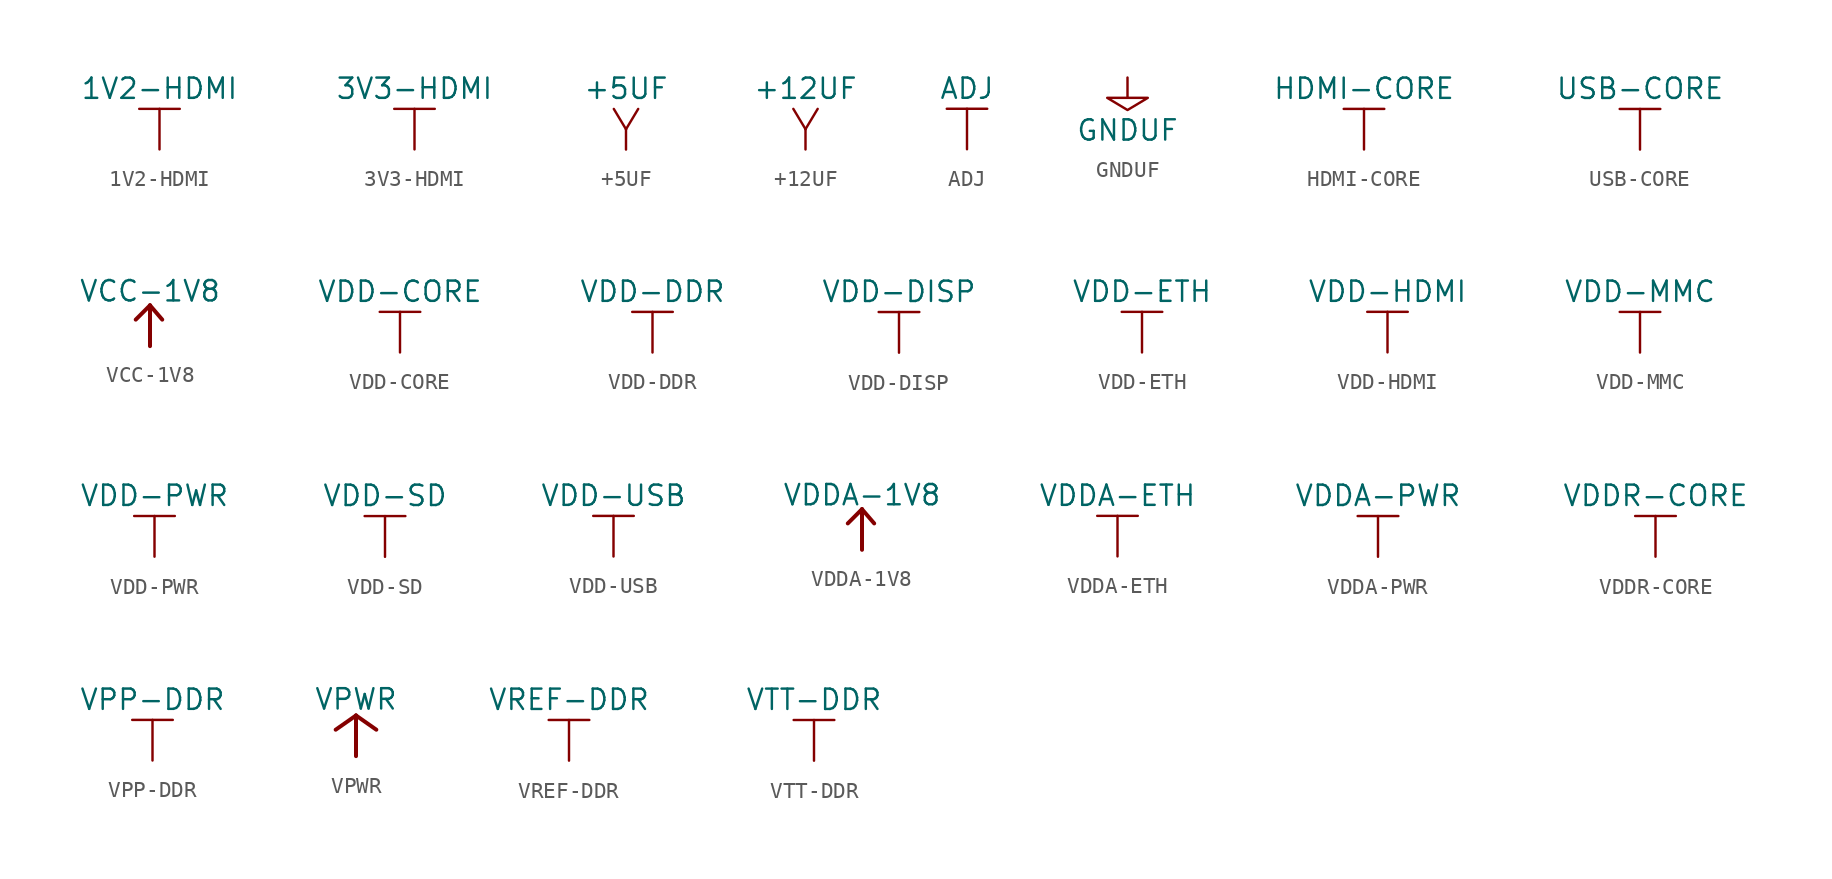
<source format=kicad_sym>
(kicad_symbol_lib
  (version 20220914)
  (generator kicad_symbol_editor)
  (symbol "1V2-HDMI"
    (power)
    (property "Reference" "#PWR"
      (at 3.81 0 0)
      (effects (font (size 1.27 1.27)) hide))
    (property "Value" "1V2-HDMI"
      (at 0 3.81 0)
      (effects (font (size 1.27 1.27))))
    (symbol "1V2-HDMI_0_0"
      (pin power_in line (at 0 0 90) (length 0) hide (name "1V2-HDMI" (effects (font (size 1.27 1.27)))) (number "1" (effects (font (size 1.27 1.27))))))
    (symbol "1V2-HDMI_0_1"
      (polyline (pts (xy -1.27 2.54) (xy 1.27 2.54)) (stroke (width 0) (type default)) (fill (type none)))
      (polyline (pts (xy 0 0) (xy 0 2.54)) (stroke (width 0) (type default)) (fill (type none)))))
  (symbol "3V3-HDMI"
    (power)
    (property "Reference" "#PWR"
      (at 3.81 0 0)
      (effects (font (size 1.27 1.27)) hide))
    (property "Value" "3V3-HDMI"
      (at 0 3.81 0)
      (effects (font (size 1.27 1.27))))
    (symbol "3V3-HDMI_0_0"
      (pin power_in line (at 0 0 90) (length 0) hide (name "3V3-HDMI" (effects (font (size 1.27 1.27)))) (number "1" (effects (font (size 1.27 1.27))))))
    (symbol "3V3-HDMI_0_1"
      (polyline (pts (xy -1.27 2.54) (xy 1.27 2.54)) (stroke (width 0) (type default)) (fill (type none)))
      (polyline (pts (xy 0 0) (xy 0 2.54)) (stroke (width 0) (type default)) (fill (type none)))))
  (symbol "+5UF"
    (power)
    (property "Reference" "#PWR"
      (at 0 5.08 0)
      (effects (font (size 1.27 1.27)) hide))
    (property "Value" "+5UF"
      (at 0 3.81 0)
      (effects (font (size 1.27 1.27))))
    (symbol "+5UF_0_1"
      (polyline (pts (xy 0 1.27) (xy -0.762 2.54)) (stroke (width 0) (type default)) (fill (type none)))
      (polyline (pts (xy 0 1.27) (xy 0 0)) (stroke (width 0) (type default)) (fill (type none)))
      (polyline (pts (xy 0 1.27) (xy 0.762 2.54)) (stroke (width 0) (type default)) (fill (type none))))
    (symbol "+5UF_1_1"
      (pin output line (at 0 0 90) (length 0) hide (name "+5UF" (effects (font (size 1.499 1.499)))) (number "1" (effects (font (size 1.499 1.499)))))))
  (symbol "+12UF"
    (power)
    (property "Reference" "#PWR"
      (at 0 5.08 0)
      (effects (font (size 1.27 1.27)) hide))
    (property "Value" "+12UF"
      (at 0 3.81 0)
      (effects (font (size 1.27 1.27))))
    (symbol "+12UF_0_1"
      (polyline (pts (xy 0 1.27) (xy -0.762 2.54)) (stroke (width 0) (type default)) (fill (type none)))
      (polyline (pts (xy 0 1.27) (xy 0 0)) (stroke (width 0) (type default)) (fill (type none)))
      (polyline (pts (xy 0 1.27) (xy 0.762 2.54)) (stroke (width 0) (type default)) (fill (type none))))
    (symbol "+12UF_1_1"
      (pin output line (at 0 0 90) (length 0) hide (name "+12UF" (effects (font (size 1.499 1.499)))) (number "1" (effects (font (size 1.499 1.499)))))))
  (symbol "ADJ"
    (power)
    (property "Reference" "#PWR"
      (at 0 -1.27 0)
      (effects (font (size 1.27 1.27)) hide))
    (property "Value" "ADJ"
      (at 0 3.81 0)
      (effects (font (size 1.27 1.27))))
    (symbol "ADJ_0_1"
      (polyline (pts (xy -1.27 2.54) (xy 1.27 2.54)) (stroke (width 0) (type default)) (fill (type none)))
      (polyline (pts (xy 0 0) (xy 0 2.54)) (stroke (width 0) (type default)) (fill (type none))))
    (symbol "ADJ_1_1"
      (pin power_in line (at 0 0 90) (length 0) hide (name "ADJ" (effects (font (size 1.27 1.27)))) (number "1" (effects (font (size 1.27 1.27)))))))
  (symbol "GNDUF"
    (power)
    (property "Reference" "#PWR"
      (at 0 -5.08 0)
      (effects (font (size 1.27 1.27)) hide))
    (property "Value" "GNDUF"
      (at 0 -3.302 0)
      (effects (font (size 1.27 1.27))))
    (symbol "GNDUF_0_1"
      (polyline (pts (xy 0 0) (xy 0 -1.27) (xy 1.27 -1.27) (xy 0 -2.032) (xy -1.27 -1.27) (xy 0 -1.27)) (stroke (width 0) (type default)) (fill (type none))))
    (symbol "GNDUF_1_1"
      (pin output line (at 0 0 270) (length 0) hide (name "GNDUF" (effects (font (size 1.499 1.499)))) (number "1" (effects (font (size 1.499 1.499)))))))
  (symbol "HDMI-CORE"
    (power)
    (property "Reference" "#PWR"
      (at 3.81 0 0)
      (effects (font (size 1.27 1.27)) hide))
    (property "Value" "HDMI-CORE"
      (at 0 3.81 0)
      (effects (font (size 1.27 1.27))))
    (symbol "HDMI-CORE_0_0"
      (pin power_in line (at 0 0 90) (length 0) hide (name "HDMI-CORE" (effects (font (size 1.27 1.27)))) (number "1" (effects (font (size 1.27 1.27))))))
    (symbol "HDMI-CORE_0_1"
      (polyline (pts (xy -1.27 2.54) (xy 1.27 2.54)) (stroke (width 0) (type default)) (fill (type none)))
      (polyline (pts (xy 0 0) (xy 0 2.54)) (stroke (width 0) (type default)) (fill (type none)))))
  (symbol "USB-CORE"
    (power)
    (property "Reference" "#PWR"
      (at 3.81 0 0)
      (effects (font (size 1.27 1.27)) hide))
    (property "Value" "USB-CORE"
      (at 0 3.81 0)
      (effects (font (size 1.27 1.27))))
    (symbol "USB-CORE_0_0"
      (pin power_in line (at 0 0 90) (length 0) hide (name "USB-CORE" (effects (font (size 1.27 1.27)))) (number "1" (effects (font (size 1.27 1.27))))))
    (symbol "USB-CORE_0_1"
      (polyline (pts (xy -1.27 2.54) (xy 1.27 2.54)) (stroke (width 0) (type default)) (fill (type none)))
      (polyline (pts (xy 0 0) (xy 0 2.54)) (stroke (width 0) (type default)) (fill (type none)))))
  (symbol "VCC-1V8"
    (power)
    (pin_names
      (offset 0))
    (property "Reference" "#PWR"
      (at 0 -3.81 0)
      (effects (font (size 1.27 1.27)) hide))
    (property "Value" "VCC-1V8"
      (at 0 3.429 0)
      (effects (font (size 1.27 1.27))))
    (symbol "VCC-1V8_0_1"
      (polyline (pts (xy -0.889 1.651) (xy 0 2.54)) (stroke (width 0.25) (type default)) (fill (type none)))
      (polyline (pts (xy 0 0) (xy 0 2.54)) (stroke (width 0.25) (type default)) (fill (type none)))
      (polyline (pts (xy 0 2.54) (xy 0.762 1.651)) (stroke (width 0.25) (type default)) (fill (type none))))
    (symbol "VCC-1V8_1_1"
      (pin power_in line (at 0 0 90) (length 0) hide (name "VCC-1V8" (effects (font (size 1.27 1.27)))) (number "1" (effects (font (size 1.27 1.27)))))))
  (symbol "VDD-CORE"
    (power)
    (property "Reference" "#PWR"
      (at 3.81 0 0)
      (effects (font (size 1.27 1.27)) hide))
    (property "Value" "VDD-CORE"
      (at 0 3.81 0)
      (effects (font (size 1.27 1.27))))
    (symbol "VDD-CORE_0_0"
      (pin power_in line (at 0 0 90) (length 0) hide (name "VDD-CORE" (effects (font (size 1.27 1.27)))) (number "1" (effects (font (size 1.27 1.27))))))
    (symbol "VDD-CORE_0_1"
      (polyline (pts (xy -1.27 2.54) (xy 1.27 2.54)) (stroke (width 0) (type default)) (fill (type none)))
      (polyline (pts (xy 0 0) (xy 0 2.54)) (stroke (width 0) (type default)) (fill (type none)))))
  (symbol "VDD-DDR"
    (power)
    (property "Reference" "#PWR"
      (at 3.81 0 0)
      (effects (font (size 1.27 1.27)) hide))
    (property "Value" "VDD-DDR"
      (at 0 3.81 0)
      (effects (font (size 1.27 1.27))))
    (symbol "VDD-DDR_0_0"
      (pin power_in line (at 0 0 90) (length 0) hide (name "VDD-DDR" (effects (font (size 1.27 1.27)))) (number "1" (effects (font (size 1.27 1.27))))))
    (symbol "VDD-DDR_0_1"
      (polyline (pts (xy -1.27 2.54) (xy 1.27 2.54)) (stroke (width 0) (type default)) (fill (type none)))
      (polyline (pts (xy 0 0) (xy 0 2.54)) (stroke (width 0) (type default)) (fill (type none)))))
  (symbol "VDD-DISP"
    (power)
    (property "Reference" "#PWR"
      (at 3.81 0 0)
      (effects (font (size 1.27 1.27)) hide))
    (property "Value" "VDD-DISP"
      (at 0 3.81 0)
      (effects (font (size 1.27 1.27))))
    (symbol "VDD-DISP_0_0"
      (pin power_in line (at 0 0 90) (length 0) hide (name "VDD-DISP" (effects (font (size 1.27 1.27)))) (number "1" (effects (font (size 1.27 1.27))))))
    (symbol "VDD-DISP_0_1"
      (polyline (pts (xy -1.27 2.54) (xy 1.27 2.54)) (stroke (width 0) (type default)) (fill (type none)))
      (polyline (pts (xy 0 0) (xy 0 2.54)) (stroke (width 0) (type default)) (fill (type none)))))
  (symbol "VDD-ETH"
    (power)
    (property "Reference" "#PWR"
      (at 3.81 0 0)
      (effects (font (size 1.27 1.27)) hide))
    (property "Value" "VDD-ETH"
      (at 0 3.81 0)
      (effects (font (size 1.27 1.27))))
    (symbol "VDD-ETH_0_0"
      (pin power_in line (at 0 0 90) (length 0) hide (name "VDD-ETH" (effects (font (size 1.27 1.27)))) (number "1" (effects (font (size 1.27 1.27))))))
    (symbol "VDD-ETH_0_1"
      (polyline (pts (xy -1.27 2.54) (xy 1.27 2.54)) (stroke (width 0) (type default)) (fill (type none)))
      (polyline (pts (xy 0 0) (xy 0 2.54)) (stroke (width 0) (type default)) (fill (type none)))))
  (symbol "VDD-HDMI"
    (power)
    (property "Reference" "#PWR"
      (at 3.81 0 0)
      (effects (font (size 1.27 1.27)) hide))
    (property "Value" "VDD-HDMI"
      (at 0 3.81 0)
      (effects (font (size 1.27 1.27))))
    (symbol "VDD-HDMI_0_0"
      (pin power_in line (at 0 0 90) (length 0) hide (name "VDD-HDMI" (effects (font (size 1.27 1.27)))) (number "1" (effects (font (size 1.27 1.27))))))
    (symbol "VDD-HDMI_0_1"
      (polyline (pts (xy -1.27 2.54) (xy 1.27 2.54)) (stroke (width 0) (type default)) (fill (type none)))
      (polyline (pts (xy 0 0) (xy 0 2.54)) (stroke (width 0) (type default)) (fill (type none)))))
  (symbol "VDD-MMC"
    (power)
    (property "Reference" "#PWR"
      (at 3.81 0 0)
      (effects (font (size 1.27 1.27)) hide))
    (property "Value" "VDD-MMC"
      (at 0 3.81 0)
      (effects (font (size 1.27 1.27))))
    (symbol "VDD-MMC_0_0"
      (pin power_in line (at 0 0 90) (length 0) hide (name "VDD-MMC" (effects (font (size 1.27 1.27)))) (number "1" (effects (font (size 1.27 1.27))))))
    (symbol "VDD-MMC_0_1"
      (polyline (pts (xy -1.27 2.54) (xy 1.27 2.54)) (stroke (width 0) (type default)) (fill (type none)))
      (polyline (pts (xy 0 0) (xy 0 2.54)) (stroke (width 0) (type default)) (fill (type none)))))
  (symbol "VDD-PWR"
    (power)
    (property "Reference" "#PWR"
      (at 3.81 0 0)
      (effects (font (size 1.27 1.27)) hide))
    (property "Value" "VDD-PWR"
      (at 0 3.81 0)
      (effects (font (size 1.27 1.27))))
    (symbol "VDD-PWR_0_0"
      (pin power_in line (at 0 0 90) (length 0) hide (name "VDD-PWR" (effects (font (size 1.27 1.27)))) (number "1" (effects (font (size 1.27 1.27))))))
    (symbol "VDD-PWR_0_1"
      (polyline (pts (xy -1.27 2.54) (xy 1.27 2.54)) (stroke (width 0) (type default)) (fill (type none)))
      (polyline (pts (xy 0 0) (xy 0 2.54)) (stroke (width 0) (type default)) (fill (type none)))))
  (symbol "VDD-SD"
    (power)
    (property "Reference" "#PWR"
      (at 3.81 0 0)
      (effects (font (size 1.27 1.27)) hide))
    (property "Value" "VDD-SD"
      (at 0 3.81 0)
      (effects (font (size 1.27 1.27))))
    (symbol "VDD-SD_0_0"
      (pin power_in line (at 0 0 90) (length 0) hide (name "VDD-SD" (effects (font (size 1.27 1.27)))) (number "1" (effects (font (size 1.27 1.27))))))
    (symbol "VDD-SD_0_1"
      (polyline (pts (xy -1.27 2.54) (xy 1.27 2.54)) (stroke (width 0) (type default)) (fill (type none)))
      (polyline (pts (xy 0 0) (xy 0 2.54)) (stroke (width 0) (type default)) (fill (type none)))))
  (symbol "VDD-USB"
    (power)
    (property "Reference" "#PWR"
      (at 3.81 0 0)
      (effects (font (size 1.27 1.27)) hide))
    (property "Value" "VDD-USB"
      (at 0 3.81 0)
      (effects (font (size 1.27 1.27))))
    (symbol "VDD-USB_0_0"
      (pin power_in line (at 0 0 90) (length 0) hide (name "VDD-USB" (effects (font (size 1.27 1.27)))) (number "1" (effects (font (size 1.27 1.27))))))
    (symbol "VDD-USB_0_1"
      (polyline (pts (xy -1.27 2.54) (xy 1.27 2.54)) (stroke (width 0) (type default)) (fill (type none)))
      (polyline (pts (xy 0 0) (xy 0 2.54)) (stroke (width 0) (type default)) (fill (type none)))))
  (symbol "VDDA-1V8"
    (power)
    (pin_names
      (offset 0))
    (property "Reference" "#PWR"
      (at 0 -3.81 0)
      (effects (font (size 1.27 1.27)) hide))
    (property "Value" "VDDA-1V8"
      (at 0 3.429 0)
      (effects (font (size 1.27 1.27))))
    (symbol "VDDA-1V8_0_1"
      (polyline (pts (xy -0.889 1.651) (xy 0 2.54)) (stroke (width 0.25) (type default)) (fill (type none)))
      (polyline (pts (xy 0 0) (xy 0 2.54)) (stroke (width 0.25) (type default)) (fill (type none)))
      (polyline (pts (xy 0 2.54) (xy 0.762 1.651)) (stroke (width 0.25) (type default)) (fill (type none))))
    (symbol "VDDA-1V8_1_1"
      (pin power_in line (at 0 0 90) (length 0) hide (name "VDDA-1V8" (effects (font (size 1.27 1.27)))) (number "1" (effects (font (size 1.27 1.27)))))))
  (symbol "VDDA-ETH"
    (power)
    (property "Reference" "#PWR"
      (at 3.81 0 0)
      (effects (font (size 1.27 1.27)) hide))
    (property "Value" "VDDA-ETH"
      (at 0 3.81 0)
      (effects (font (size 1.27 1.27))))
    (symbol "VDDA-ETH_0_0"
      (pin power_in line (at 0 0 90) (length 0) hide (name "VDDA-ETH" (effects (font (size 1.27 1.27)))) (number "1" (effects (font (size 1.27 1.27))))))
    (symbol "VDDA-ETH_0_1"
      (polyline (pts (xy -1.27 2.54) (xy 1.27 2.54)) (stroke (width 0) (type default)) (fill (type none)))
      (polyline (pts (xy 0 0) (xy 0 2.54)) (stroke (width 0) (type default)) (fill (type none)))))
  (symbol "VDDA-PWR"
    (power)
    (property "Reference" "#PWR"
      (at 3.81 0 0)
      (effects (font (size 1.27 1.27)) hide))
    (property "Value" "VDDA-PWR"
      (at 0 3.81 0)
      (effects (font (size 1.27 1.27))))
    (symbol "VDDA-PWR_0_0"
      (pin power_in line (at 0 0 90) (length 0) hide (name "VDDA-PWR" (effects (font (size 1.27 1.27)))) (number "1" (effects (font (size 1.27 1.27))))))
    (symbol "VDDA-PWR_0_1"
      (polyline (pts (xy -1.27 2.54) (xy 1.27 2.54)) (stroke (width 0) (type default)) (fill (type none)))
      (polyline (pts (xy 0 0) (xy 0 2.54)) (stroke (width 0) (type default)) (fill (type none)))))
  (symbol "VDDR-CORE"
    (power)
    (property "Reference" "#PWR"
      (at 3.81 0 0)
      (effects (font (size 1.27 1.27)) hide))
    (property "Value" "VDDR-CORE"
      (at 0 3.81 0)
      (effects (font (size 1.27 1.27))))
    (symbol "VDDR-CORE_0_0"
      (pin power_in line (at 0 0 90) (length 0) hide (name "VDDR-CORE" (effects (font (size 1.27 1.27)))) (number "1" (effects (font (size 1.27 1.27))))))
    (symbol "VDDR-CORE_0_1"
      (polyline (pts (xy -1.27 2.54) (xy 1.27 2.54)) (stroke (width 0) (type default)) (fill (type none)))
      (polyline (pts (xy 0 0) (xy 0 2.54)) (stroke (width 0) (type default)) (fill (type none)))))
  (symbol "VPP-DDR"
    (power)
    (property "Reference" "#PWR"
      (at 3.81 0 0)
      (effects (font (size 1.27 1.27)) hide))
    (property "Value" "VPP-DDR"
      (at 0 3.81 0)
      (effects (font (size 1.27 1.27))))
    (symbol "VPP-DDR_0_0"
      (pin power_in line (at 0 0 90) (length 0) hide (name "VPP-DDR" (effects (font (size 1.27 1.27)))) (number "1" (effects (font (size 1.27 1.27))))))
    (symbol "VPP-DDR_0_1"
      (polyline (pts (xy -1.27 2.54) (xy 1.27 2.54)) (stroke (width 0) (type default)) (fill (type none)))
      (polyline (pts (xy 0 0) (xy 0 2.54)) (stroke (width 0) (type default)) (fill (type none)))))
  (symbol "VPWR"
    (power)
    (pin_names
      (offset 0))
    (property "Reference" "#PWR"
      (at 0 -3.81 0)
      (effects (font (size 1.27 1.27)) hide))
    (property "Value" "VPWR"
      (at 0 3.556 0)
      (effects (font (size 1.27 1.27))))
    (symbol "VPWR_0_1"
      (polyline (pts (xy -1.27 1.651) (xy 0 2.54)) (stroke (width 0.25) (type default)) (fill (type none)))
      (polyline (pts (xy 0 0) (xy 0 2.54)) (stroke (width 0.25) (type default)) (fill (type none)))
      (polyline (pts (xy 0 2.54) (xy 1.27 1.651)) (stroke (width 0.25) (type default)) (fill (type none))))
    (symbol "VPWR_1_1"
      (pin power_in line (at 0 0 90) (length 0) hide (name "VPWR" (effects (font (size 1.27 1.27)))) (number "1" (effects (font (size 1.27 1.27)))))))
  (symbol "VREF-DDR"
    (power)
    (property "Reference" "#PWR"
      (at 3.81 0 0)
      (effects (font (size 1.27 1.27)) hide))
    (property "Value" "VREF-DDR"
      (at 0 3.81 0)
      (effects (font (size 1.27 1.27))))
    (symbol "VREF-DDR_0_0"
      (pin power_in line (at 0 0 90) (length 0) hide (name "VREF-DDR" (effects (font (size 1.27 1.27)))) (number "1" (effects (font (size 1.27 1.27))))))
    (symbol "VREF-DDR_0_1"
      (polyline (pts (xy -1.27 2.54) (xy 1.27 2.54)) (stroke (width 0) (type default)) (fill (type none)))
      (polyline (pts (xy 0 0) (xy 0 2.54)) (stroke (width 0) (type default)) (fill (type none)))))
  (symbol "VTT-DDR"
    (power)
    (property "Reference" "#PWR"
      (at 3.81 0 0)
      (effects (font (size 1.27 1.27)) hide))
    (property "Value" "VTT-DDR"
      (at 0 3.81 0)
      (effects (font (size 1.27 1.27))))
    (symbol "VTT-DDR_0_0"
      (pin power_in line (at 0 0 90) (length 0) hide (name "VTT-DDR" (effects (font (size 1.27 1.27)))) (number "1" (effects (font (size 1.27 1.27))))))
    (symbol "VTT-DDR_0_1"
      (polyline (pts (xy -1.27 2.54) (xy 1.27 2.54)) (stroke (width 0) (type default)) (fill (type none)))
      (polyline (pts (xy 0 0) (xy 0 2.54)) (stroke (width 0) (type default)) (fill (type none))))))
</source>
